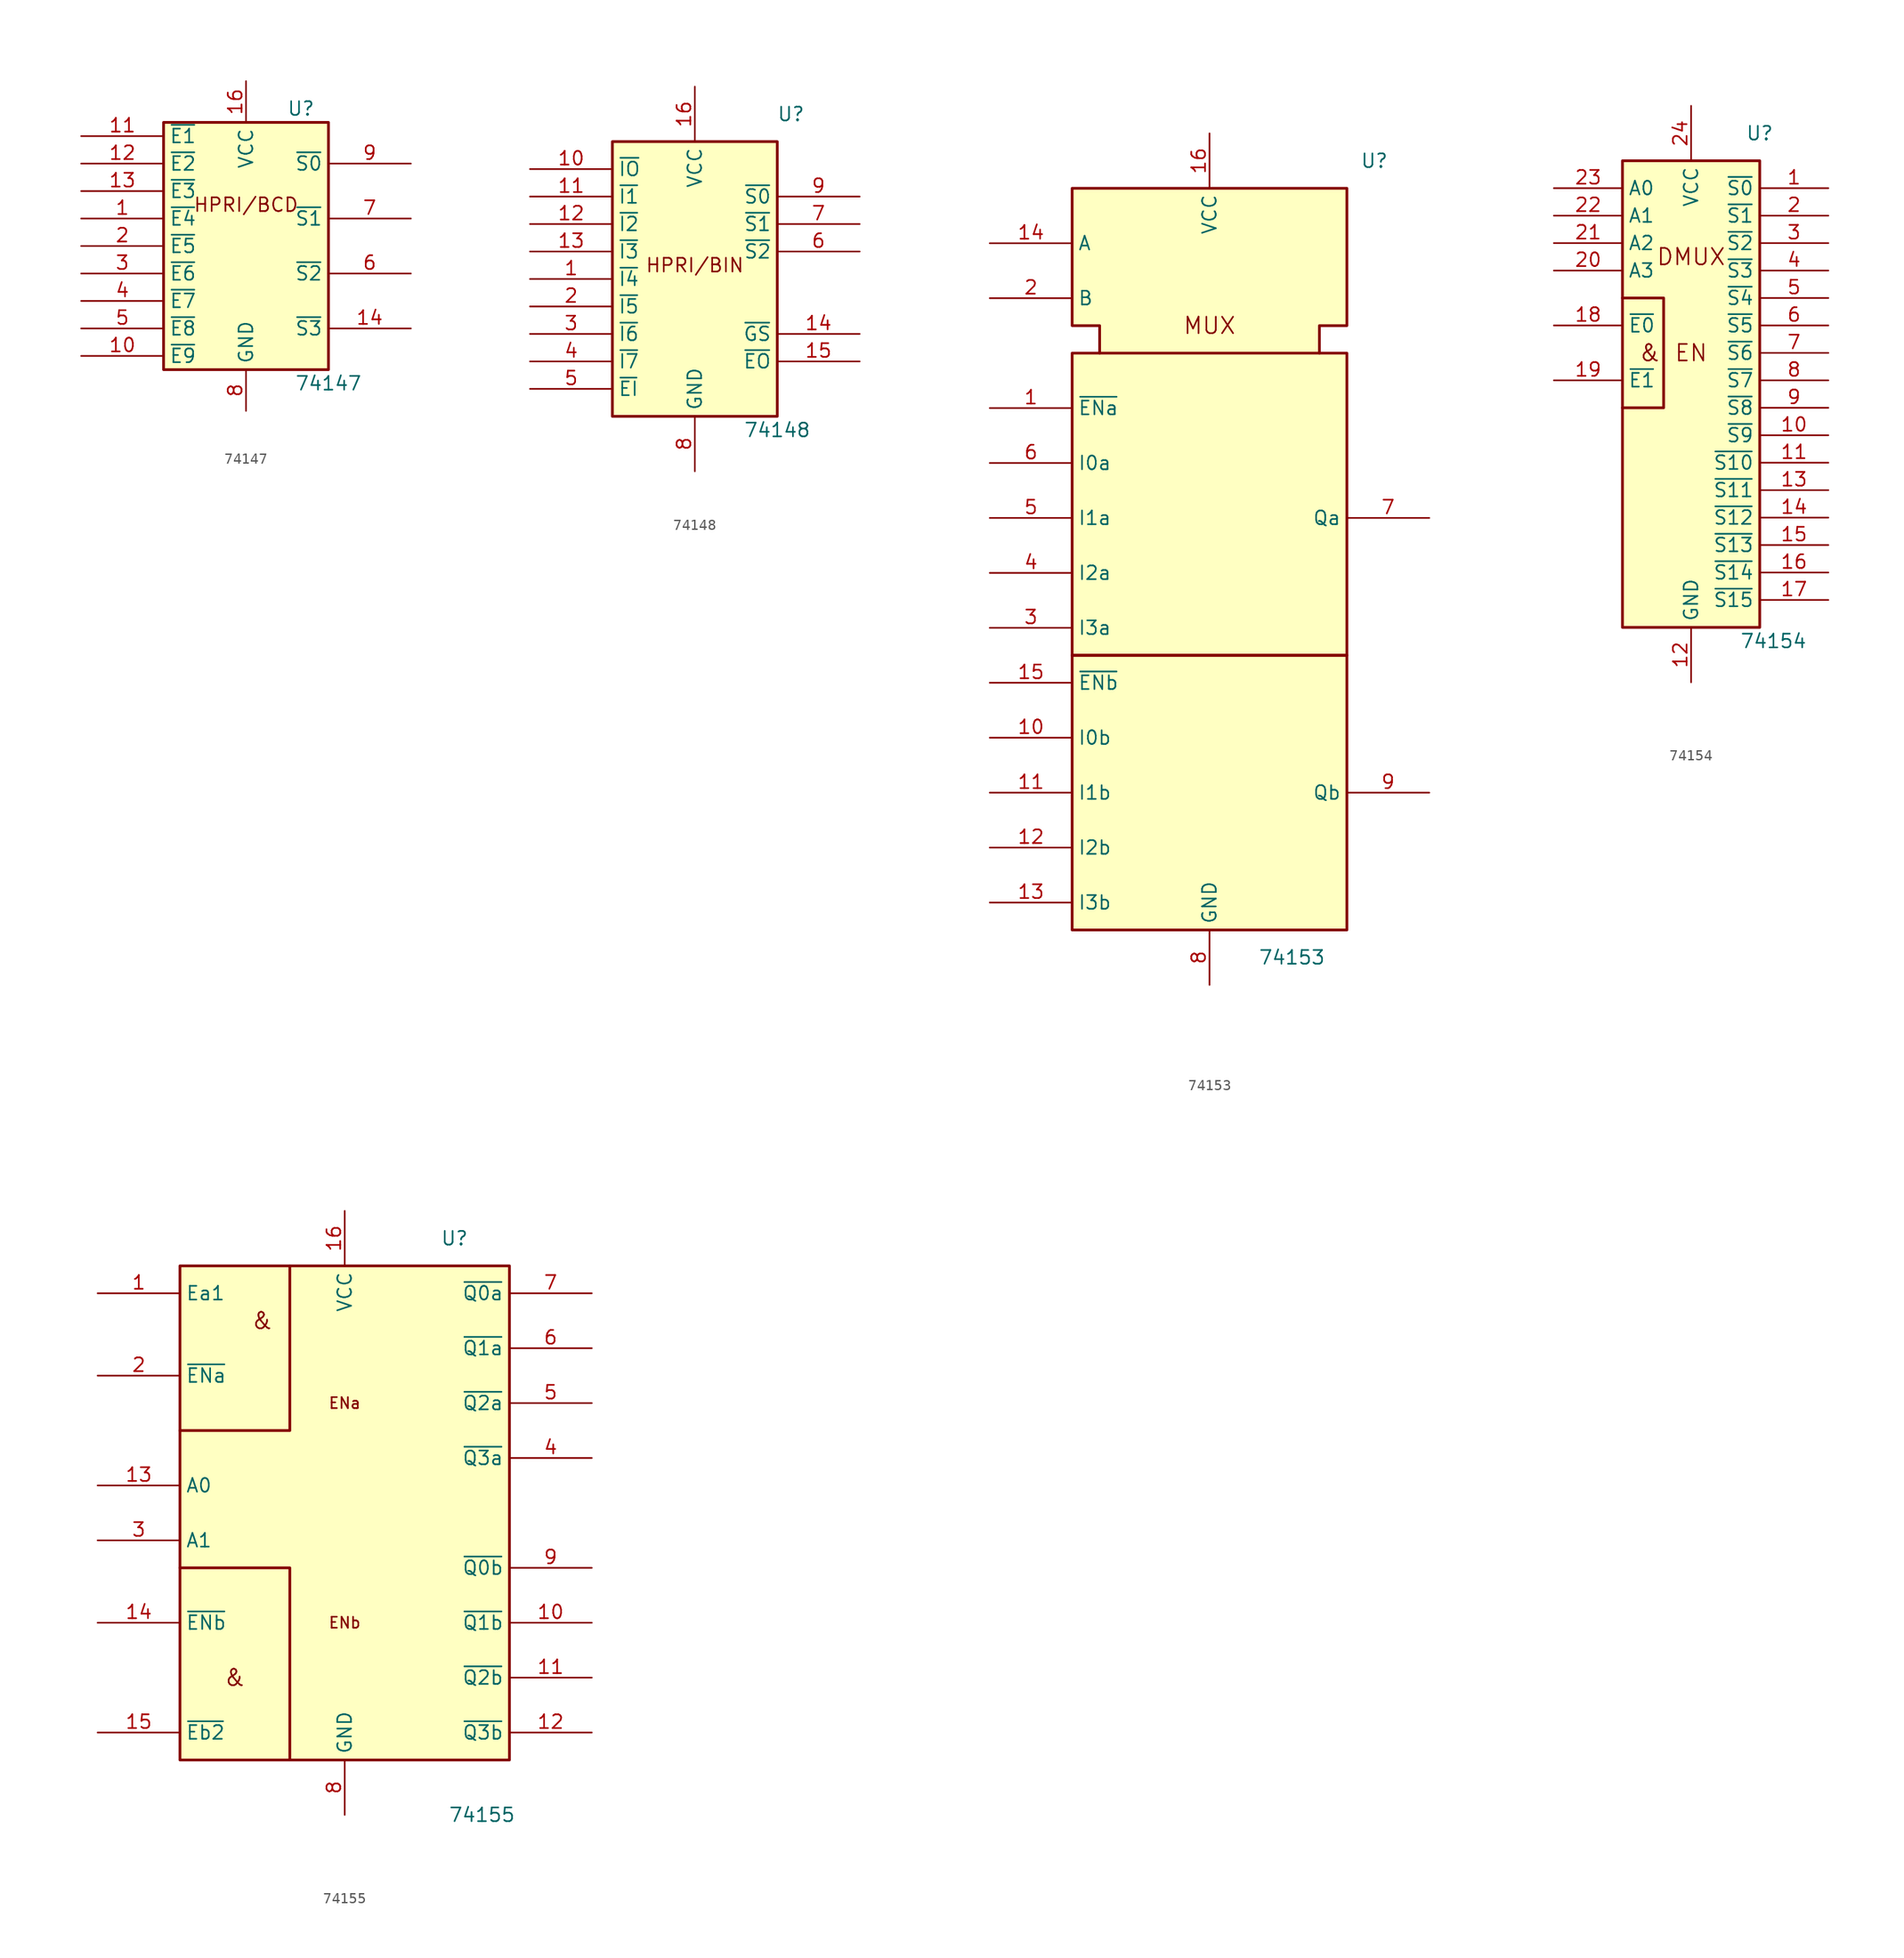
<source format=kicad_sym>
(kicad_symbol_lib
  (version 20231120)
  (generator "kicad_symbol_editor")
  (generator_version "8.0")
  (symbol "74147"
    (property "Reference" "U"
      (at 5.08 12.7 0)
      (effects (font (size 1.27 1.27))))
    (property "Value" "74147"
      (at 7.62 -12.7 0)
      (effects (font (size 1.27 1.27))))
    (symbol "74147_0_0"
      (text "HPRI/BCD" (at 0 3.81 0) (effects (font (size 1.27 1.27))))
      (pin power_in line (at 0 15.24 270) (length 3.81) (name "VCC" (effects (font (size 1.27 1.27)))) (number "16" (effects (font (size 1.27 1.27)))))
      (pin power_in line (at 0 -15.24 90) (length 3.81) (name "GND" (effects (font (size 1.27 1.27)))) (number "8" (effects (font (size 1.27 1.27))))))
    (symbol "74147_0_1"
      (rectangle (start -7.62 11.43) (end 7.62 -11.43) (stroke (width 0.254) (type default)) (fill (type background))))
    (symbol "74147_1_1"
      (pin input line (at -15.24 2.54 0) (length 7.62) (name "~{E4}" (effects (font (size 1.27 1.27)))) (number "1" (effects (font (size 1.27 1.27)))))
      (pin input line (at -15.24 -10.16 0) (length 7.62) (name "~{E9}" (effects (font (size 1.27 1.27)))) (number "10" (effects (font (size 1.27 1.27)))))
      (pin input line (at -15.24 10.16 0) (length 7.62) (name "~{E1}" (effects (font (size 1.27 1.27)))) (number "11" (effects (font (size 1.27 1.27)))))
      (pin input line (at -15.24 7.62 0) (length 7.62) (name "~{E2}" (effects (font (size 1.27 1.27)))) (number "12" (effects (font (size 1.27 1.27)))))
      (pin input line (at -15.24 5.08 0) (length 7.62) (name "~{E3}" (effects (font (size 1.27 1.27)))) (number "13" (effects (font (size 1.27 1.27)))))
      (pin output line (at 15.24 -7.62 180) (length 7.62) (name "~{S3}" (effects (font (size 1.27 1.27)))) (number "14" (effects (font (size 1.27 1.27)))))
      (pin input line (at -15.24 0 0) (length 7.62) (name "~{E5}" (effects (font (size 1.27 1.27)))) (number "2" (effects (font (size 1.27 1.27)))))
      (pin input line (at -15.24 -2.54 0) (length 7.62) (name "~{E6}" (effects (font (size 1.27 1.27)))) (number "3" (effects (font (size 1.27 1.27)))))
      (pin input line (at -15.24 -5.08 0) (length 7.62) (name "~{E7}" (effects (font (size 1.27 1.27)))) (number "4" (effects (font (size 1.27 1.27)))))
      (pin input line (at -15.24 -7.62 0) (length 7.62) (name "~{E8}" (effects (font (size 1.27 1.27)))) (number "5" (effects (font (size 1.27 1.27)))))
      (pin output line (at 15.24 -2.54 180) (length 7.62) (name "~{S2}" (effects (font (size 1.27 1.27)))) (number "6" (effects (font (size 1.27 1.27)))))
      (pin output line (at 15.24 2.54 180) (length 7.62) (name "~{S1}" (effects (font (size 1.27 1.27)))) (number "7" (effects (font (size 1.27 1.27)))))
      (pin output line (at 15.24 7.62 180) (length 7.62) (name "~{S0}" (effects (font (size 1.27 1.27)))) (number "9" (effects (font (size 1.27 1.27)))))))
  (symbol "74148"
    (property "Reference" "U"
      (at 8.89 15.24 0)
      (effects (font (size 1.27 1.27))))
    (property "Value" "74148"
      (at 7.62 -13.97 0)
      (effects (font (size 1.27 1.27))))
    (symbol "74148_0_0"
      (rectangle (start -7.62 12.7) (end 7.62 -12.7) (stroke (width 0.254) (type default)) (fill (type background)))
      (text "HPRI/BIN" (at 0 1.27 0) (effects (font (size 1.27 1.27))))
      (pin power_in line (at 0 17.78 270) (length 5.08) (name "VCC" (effects (font (size 1.27 1.27)))) (number "16" (effects (font (size 1.27 1.27)))))
      (pin power_in line (at 0 -17.78 90) (length 5.08) (name "GND" (effects (font (size 1.27 1.27)))) (number "8" (effects (font (size 1.27 1.27))))))
    (symbol "74148_1_1"
      (pin input line (at -15.24 0 0) (length 7.62) (name "~{I4}" (effects (font (size 1.27 1.27)))) (number "1" (effects (font (size 1.27 1.27)))))
      (pin input line (at -15.24 10.16 0) (length 7.62) (name "~{IO}" (effects (font (size 1.27 1.27)))) (number "10" (effects (font (size 1.27 1.27)))))
      (pin input line (at -15.24 7.62 0) (length 7.62) (name "~{I1}" (effects (font (size 1.27 1.27)))) (number "11" (effects (font (size 1.27 1.27)))))
      (pin input line (at -15.24 5.08 0) (length 7.62) (name "~{I2}" (effects (font (size 1.27 1.27)))) (number "12" (effects (font (size 1.27 1.27)))))
      (pin input line (at -15.24 2.54 0) (length 7.62) (name "~{I3}" (effects (font (size 1.27 1.27)))) (number "13" (effects (font (size 1.27 1.27)))))
      (pin output line (at 15.24 -5.08 180) (length 7.62) (name "~{GS}" (effects (font (size 1.27 1.27)))) (number "14" (effects (font (size 1.27 1.27)))))
      (pin output line (at 15.24 -7.62 180) (length 7.62) (name "~{EO}" (effects (font (size 1.27 1.27)))) (number "15" (effects (font (size 1.27 1.27)))))
      (pin input line (at -15.24 -2.54 0) (length 7.62) (name "~{I5}" (effects (font (size 1.27 1.27)))) (number "2" (effects (font (size 1.27 1.27)))))
      (pin input line (at -15.24 -5.08 0) (length 7.62) (name "~{I6}" (effects (font (size 1.27 1.27)))) (number "3" (effects (font (size 1.27 1.27)))))
      (pin input line (at -15.24 -7.62 0) (length 7.62) (name "~{I7}" (effects (font (size 1.27 1.27)))) (number "4" (effects (font (size 1.27 1.27)))))
      (pin input line (at -15.24 -10.16 0) (length 7.62) (name "~{EI}" (effects (font (size 1.27 1.27)))) (number "5" (effects (font (size 1.27 1.27)))))
      (pin output line (at 15.24 2.54 180) (length 7.62) (name "~{S2}" (effects (font (size 1.27 1.27)))) (number "6" (effects (font (size 1.27 1.27)))))
      (pin output line (at 15.24 5.08 180) (length 7.62) (name "~{S1}" (effects (font (size 1.27 1.27)))) (number "7" (effects (font (size 1.27 1.27)))))
      (pin output line (at 15.24 7.62 180) (length 7.62) (name "~{S0}" (effects (font (size 1.27 1.27)))) (number "9" (effects (font (size 1.27 1.27)))))))
  (symbol "74153"
    (property "Reference" "U"
      (at 15.24 40.64 0)
      (effects (font (size 1.27 1.27))))
    (property "Value" "74153"
      (at 7.62 -33.02 0)
      (effects (font (size 1.27 1.27))))
    (symbol "74153_0_0"
      (rectangle (start -12.7 -5.08) (end 12.7 -30.48) (stroke (width 0.254) (type default)) (fill (type background)))
      (rectangle (start -12.7 22.86) (end 12.7 -5.08) (stroke (width 0.254) (type default)) (fill (type background)))
      (polyline (pts (xy -10.16 22.86) (xy -10.16 25.4) (xy -12.7 25.4) (xy -12.7 38.1) (xy 12.7 38.1) (xy 12.7 25.4) (xy 10.16 25.4) (xy 10.16 22.86) (xy 10.16 22.86)) (stroke (width 0.254) (type default)) (fill (type background)))
      (text "MUX" (at 0 25.4 0) (effects (font (size 1.524 1.524))))
      (pin power_in line (at 0 43.18 270) (length 5.08) (name "VCC" (effects (font (size 1.27 1.27)))) (number "16" (effects (font (size 1.27 1.27)))))
      (pin power_in line (at 0 -35.56 90) (length 5.08) (name "GND" (effects (font (size 1.27 1.27)))) (number "8" (effects (font (size 1.27 1.27))))))
    (symbol "74153_1_1"
      (pin input line (at -20.32 17.78 0) (length 7.62) (name "~{ENa}" (effects (font (size 1.27 1.27)))) (number "1" (effects (font (size 1.27 1.27)))))
      (pin input line (at -20.32 -12.7 0) (length 7.62) (name "I0b" (effects (font (size 1.27 1.27)))) (number "10" (effects (font (size 1.27 1.27)))))
      (pin input line (at -20.32 -17.78 0) (length 7.62) (name "I1b" (effects (font (size 1.27 1.27)))) (number "11" (effects (font (size 1.27 1.27)))))
      (pin input line (at -20.32 -22.86 0) (length 7.62) (name "I2b" (effects (font (size 1.27 1.27)))) (number "12" (effects (font (size 1.27 1.27)))))
      (pin input line (at -20.32 -27.94 0) (length 7.62) (name "I3b" (effects (font (size 1.27 1.27)))) (number "13" (effects (font (size 1.27 1.27)))))
      (pin input line (at -20.32 33.02 0) (length 7.62) (name "A" (effects (font (size 1.27 1.27)))) (number "14" (effects (font (size 1.27 1.27)))))
      (pin input line (at -20.32 -7.62 0) (length 7.62) (name "~{ENb}" (effects (font (size 1.27 1.27)))) (number "15" (effects (font (size 1.27 1.27)))))
      (pin input line (at -20.32 27.94 0) (length 7.62) (name "B" (effects (font (size 1.27 1.27)))) (number "2" (effects (font (size 1.27 1.27)))))
      (pin input line (at -20.32 -2.54 0) (length 7.62) (name "I3a" (effects (font (size 1.27 1.27)))) (number "3" (effects (font (size 1.27 1.27)))))
      (pin input line (at -20.32 2.54 0) (length 7.62) (name "I2a" (effects (font (size 1.27 1.27)))) (number "4" (effects (font (size 1.27 1.27)))))
      (pin input line (at -20.32 7.62 0) (length 7.62) (name "I1a" (effects (font (size 1.27 1.27)))) (number "5" (effects (font (size 1.27 1.27)))))
      (pin input line (at -20.32 12.7 0) (length 7.62) (name "I0a" (effects (font (size 1.27 1.27)))) (number "6" (effects (font (size 1.27 1.27)))))
      (pin output line (at 20.32 7.62 180) (length 7.62) (name "Qa" (effects (font (size 1.27 1.27)))) (number "7" (effects (font (size 1.27 1.27)))))
      (pin output line (at 20.32 -17.78 180) (length 7.62) (name "Qb" (effects (font (size 1.27 1.27)))) (number "9" (effects (font (size 1.27 1.27)))))))
  (symbol "74154"
    (property "Reference" "U"
      (at 6.35 25.4 0)
      (effects (font (size 1.27 1.27))))
    (property "Value" "74154"
      (at 7.62 -21.59 0)
      (effects (font (size 1.27 1.27))))
    (symbol "74154_0_0"
      (rectangle (start -6.35 22.86) (end 6.35 -20.32) (stroke (width 0.254) (type default)) (fill (type background)))
      (polyline (pts (xy -6.35 10.16) (xy -2.54 10.16) (xy -2.54 0) (xy -6.35 0) (xy -6.35 0)) (stroke (width 0.254) (type default)) (fill (type background)))
      (text "&" (at -3.81 5.08 0) (effects (font (size 1.524 1.524))))
      (text "DMUX" (at 0 13.97 0) (effects (font (size 1.524 1.524))))
      (text "EN" (at 0 5.08 0) (effects (font (size 1.524 1.524))))
      (pin power_in line (at 0 -25.4 90) (length 5.08) (name "GND" (effects (font (size 1.27 1.27)))) (number "12" (effects (font (size 1.27 1.27)))))
      (pin power_in line (at 0 27.94 270) (length 5.08) (name "VCC" (effects (font (size 1.27 1.27)))) (number "24" (effects (font (size 1.27 1.27))))))
    (symbol "74154_1_1"
      (pin output line (at 12.7 20.32 180) (length 6.35) (name "~{S0}" (effects (font (size 1.27 1.27)))) (number "1" (effects (font (size 1.27 1.27)))))
      (pin output line (at 12.7 -2.54 180) (length 6.35) (name "~{S9}" (effects (font (size 1.27 1.27)))) (number "10" (effects (font (size 1.27 1.27)))))
      (pin output line (at 12.7 -5.08 180) (length 6.35) (name "~{S10}" (effects (font (size 1.27 1.27)))) (number "11" (effects (font (size 1.27 1.27)))))
      (pin output line (at 12.7 -7.62 180) (length 6.35) (name "~{S11}" (effects (font (size 1.27 1.27)))) (number "13" (effects (font (size 1.27 1.27)))))
      (pin output line (at 12.7 -10.16 180) (length 6.35) (name "~{S12}" (effects (font (size 1.27 1.27)))) (number "14" (effects (font (size 1.27 1.27)))))
      (pin output line (at 12.7 -12.7 180) (length 6.35) (name "~{S13}" (effects (font (size 1.27 1.27)))) (number "15" (effects (font (size 1.27 1.27)))))
      (pin output line (at 12.7 -15.24 180) (length 6.35) (name "~{S14}" (effects (font (size 1.27 1.27)))) (number "16" (effects (font (size 1.27 1.27)))))
      (pin output line (at 12.7 -17.78 180) (length 6.35) (name "~{S15}" (effects (font (size 1.27 1.27)))) (number "17" (effects (font (size 1.27 1.27)))))
      (pin input line (at -12.7 7.62 0) (length 6.35) (name "~{E0}" (effects (font (size 1.27 1.27)))) (number "18" (effects (font (size 1.27 1.27)))))
      (pin input line (at -12.7 2.54 0) (length 6.35) (name "~{E1}" (effects (font (size 1.27 1.27)))) (number "19" (effects (font (size 1.27 1.27)))))
      (pin output line (at 12.7 17.78 180) (length 6.35) (name "~{S1}" (effects (font (size 1.27 1.27)))) (number "2" (effects (font (size 1.27 1.27)))))
      (pin input line (at -12.7 12.7 0) (length 6.35) (name "A3" (effects (font (size 1.27 1.27)))) (number "20" (effects (font (size 1.27 1.27)))))
      (pin input line (at -12.7 15.24 0) (length 6.35) (name "A2" (effects (font (size 1.27 1.27)))) (number "21" (effects (font (size 1.27 1.27)))))
      (pin input line (at -12.7 17.78 0) (length 6.35) (name "A1" (effects (font (size 1.27 1.27)))) (number "22" (effects (font (size 1.27 1.27)))))
      (pin input line (at -12.7 20.32 0) (length 6.35) (name "A0" (effects (font (size 1.27 1.27)))) (number "23" (effects (font (size 1.27 1.27)))))
      (pin output line (at 12.7 15.24 180) (length 6.35) (name "~{S2}" (effects (font (size 1.27 1.27)))) (number "3" (effects (font (size 1.27 1.27)))))
      (pin output line (at 12.7 12.7 180) (length 6.35) (name "~{S3}" (effects (font (size 1.27 1.27)))) (number "4" (effects (font (size 1.27 1.27)))))
      (pin output line (at 12.7 10.16 180) (length 6.35) (name "~{S4}" (effects (font (size 1.27 1.27)))) (number "5" (effects (font (size 1.27 1.27)))))
      (pin output line (at 12.7 7.62 180) (length 6.35) (name "~{S5}" (effects (font (size 1.27 1.27)))) (number "6" (effects (font (size 1.27 1.27)))))
      (pin output line (at 12.7 5.08 180) (length 6.35) (name "~{S6}" (effects (font (size 1.27 1.27)))) (number "7" (effects (font (size 1.27 1.27)))))
      (pin output line (at 12.7 2.54 180) (length 6.35) (name "~{S7}" (effects (font (size 1.27 1.27)))) (number "8" (effects (font (size 1.27 1.27)))))
      (pin output line (at 12.7 0 180) (length 6.35) (name "~{S8}" (effects (font (size 1.27 1.27)))) (number "9" (effects (font (size 1.27 1.27)))))))
  (symbol "74155"
    (property "Reference" "U"
      (at 10.16 25.4 0)
      (effects (font (size 1.27 1.27))))
    (property "Value" "74155"
      (at 12.7 -27.94 0)
      (effects (font (size 1.27 1.27))))
    (symbol "74155_0_0"
      (rectangle (start -15.24 22.86) (end 15.24 -22.86) (stroke (width 0.254) (type default)) (fill (type background)))
      (polyline (pts (xy -15.24 -5.08) (xy -5.08 -5.08) (xy -5.08 -22.86) (xy -5.08 -22.86)) (stroke (width 0.254) (type default)) (fill (type background)))
      (polyline (pts (xy -15.24 7.62) (xy -5.08 7.62) (xy -5.08 22.86) (xy -5.08 22.86)) (stroke (width 0.254) (type default)) (fill (type background)))
      (text "&" (at -10.16 -15.24 0) (effects (font (size 1.524 1.524))))
      (text "&" (at -7.62 17.78 0) (effects (font (size 1.524 1.524))))
      (text "ENa" (at 0 10.16 0) (effects (font (size 1.016 1.016))))
      (text "ENb" (at 0 -10.16 0) (effects (font (size 1.016 1.016))))
      (pin power_in line (at 0 27.94 270) (length 5.08) (name "VCC" (effects (font (size 1.27 1.27)))) (number "16" (effects (font (size 1.27 1.27)))))
      (pin power_in line (at 0 -27.94 90) (length 5.08) (name "GND" (effects (font (size 1.27 1.27)))) (number "8" (effects (font (size 1.27 1.27))))))
    (symbol "74155_1_1"
      (pin input line (at -22.86 20.32 0) (length 7.62) (name "Ea1" (effects (font (size 1.27 1.27)))) (number "1" (effects (font (size 1.27 1.27)))))
      (pin output line (at 22.86 -10.16 180) (length 7.62) (name "~{Q1b}" (effects (font (size 1.27 1.27)))) (number "10" (effects (font (size 1.27 1.27)))))
      (pin output line (at 22.86 -15.24 180) (length 7.62) (name "~{Q2b}" (effects (font (size 1.27 1.27)))) (number "11" (effects (font (size 1.27 1.27)))))
      (pin output line (at 22.86 -20.32 180) (length 7.62) (name "~{Q3b}" (effects (font (size 1.27 1.27)))) (number "12" (effects (font (size 1.27 1.27)))))
      (pin input line (at -22.86 2.54 0) (length 7.62) (name "A0" (effects (font (size 1.27 1.27)))) (number "13" (effects (font (size 1.27 1.27)))))
      (pin input line (at -22.86 -10.16 0) (length 7.62) (name "~{ENb}" (effects (font (size 1.27 1.27)))) (number "14" (effects (font (size 1.27 1.27)))))
      (pin input line (at -22.86 -20.32 0) (length 7.62) (name "~{Eb2}" (effects (font (size 1.27 1.27)))) (number "15" (effects (font (size 1.27 1.27)))))
      (pin input line (at -22.86 12.7 0) (length 7.62) (name "~{ENa}" (effects (font (size 1.27 1.27)))) (number "2" (effects (font (size 1.27 1.27)))))
      (pin input line (at -22.86 -2.54 0) (length 7.62) (name "A1" (effects (font (size 1.27 1.27)))) (number "3" (effects (font (size 1.27 1.27)))))
      (pin output line (at 22.86 5.08 180) (length 7.62) (name "~{Q3a}" (effects (font (size 1.27 1.27)))) (number "4" (effects (font (size 1.27 1.27)))))
      (pin output line (at 22.86 10.16 180) (length 7.62) (name "~{Q2a}" (effects (font (size 1.27 1.27)))) (number "5" (effects (font (size 1.27 1.27)))))
      (pin output line (at 22.86 15.24 180) (length 7.62) (name "~{Q1a}" (effects (font (size 1.27 1.27)))) (number "6" (effects (font (size 1.27 1.27)))))
      (pin output line (at 22.86 20.32 180) (length 7.62) (name "~{Q0a}" (effects (font (size 1.27 1.27)))) (number "7" (effects (font (size 1.27 1.27)))))
      (pin output line (at 22.86 -5.08 180) (length 7.62) (name "~{Q0b}" (effects (font (size 1.27 1.27)))) (number "9" (effects (font (size 1.27 1.27))))))))
</source>
